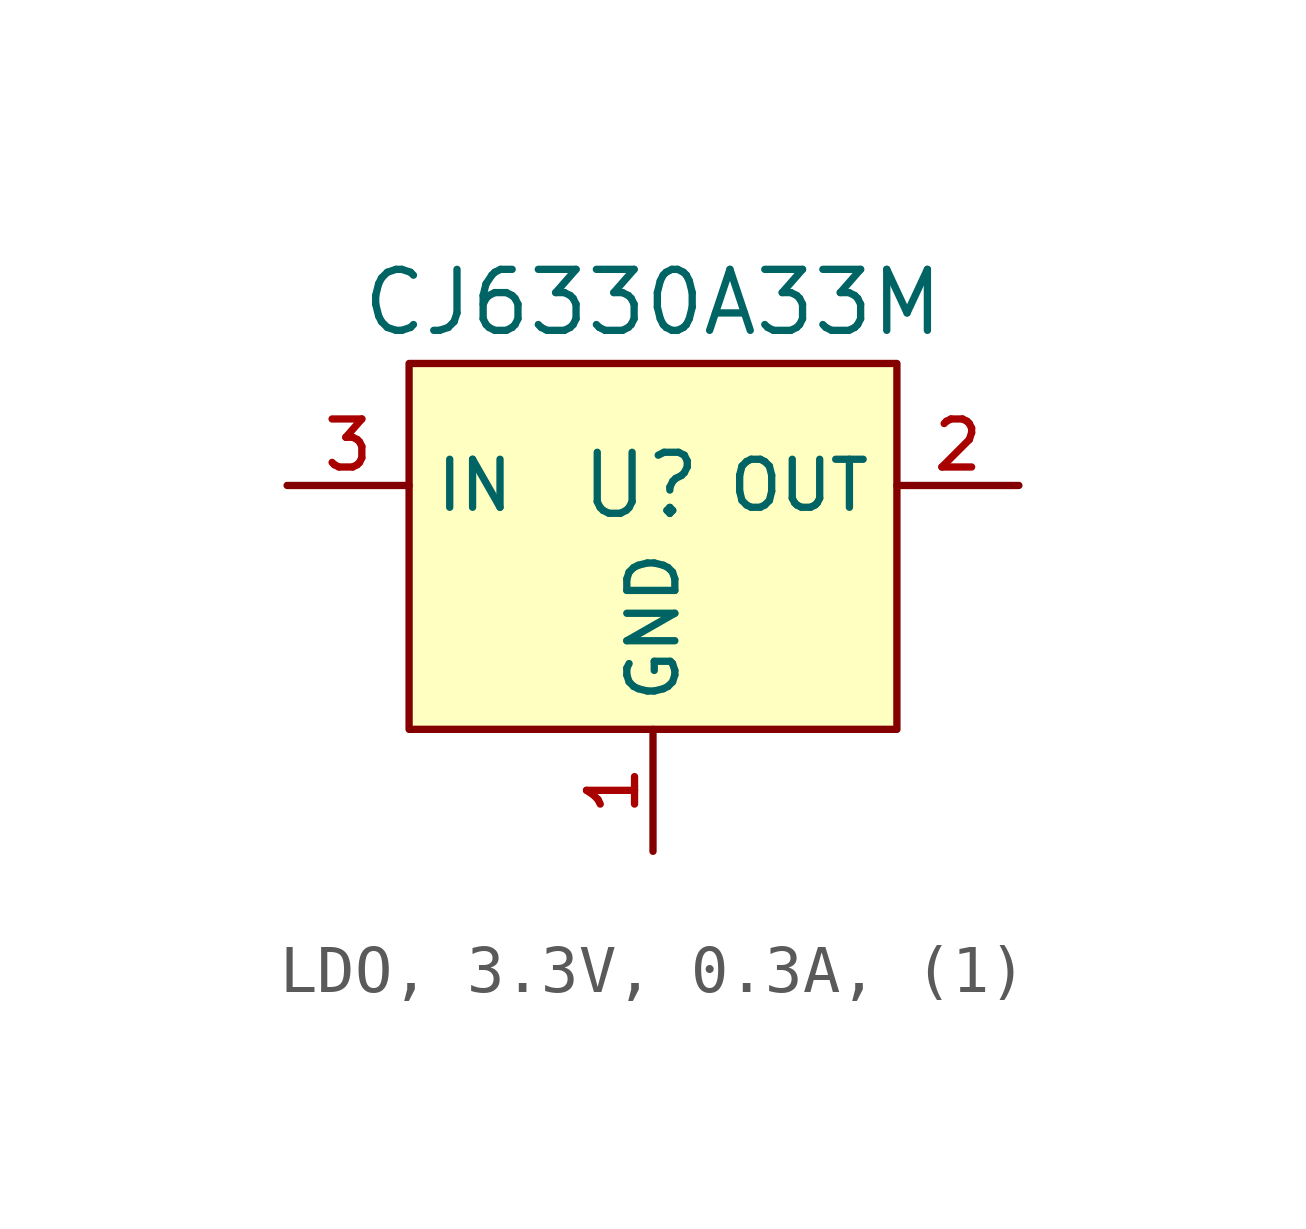
<source format=kicad_sym>
(kicad_symbol_lib
  (version 20231120)
  (generator "CDFER_Archive_Tool")
  (generator_version "0.0")
  (symbol "LDO, 3.3V, 0.3A, (1)"
    (property "Reference" "U"
      (at -0.254 2.54 0)
      (effects (font (size 1.27 1.27))))
    (property "Value" "CJ6330A33M"
      (at 0 6.35 0)
      (effects (font (size 1.27 1.27))))
    (symbol "LDO, 3.3V, 0.3A, (1)_0_1"
      (rectangle (start -5.08 5.08) (end 5.08 -2.54) (stroke (width 0) (type default)) (fill (type background)))
      (pin unspecified line (at 0 -5.08 90) (length 2.54) (name "GND" (effects (font (size 1 1)))) (number "1" (effects (font (size 1 1)))))
      (pin unspecified line (at 7.62 2.54 180) (length 2.54) (name "OUT" (effects (font (size 1 1)))) (number "2" (effects (font (size 1 1)))))
      (pin unspecified line (at -7.62 2.54 0) (length 2.54) (name "IN" (effects (font (size 1 1)))) (number "3" (effects (font (size 1 1))))))))
</source>
